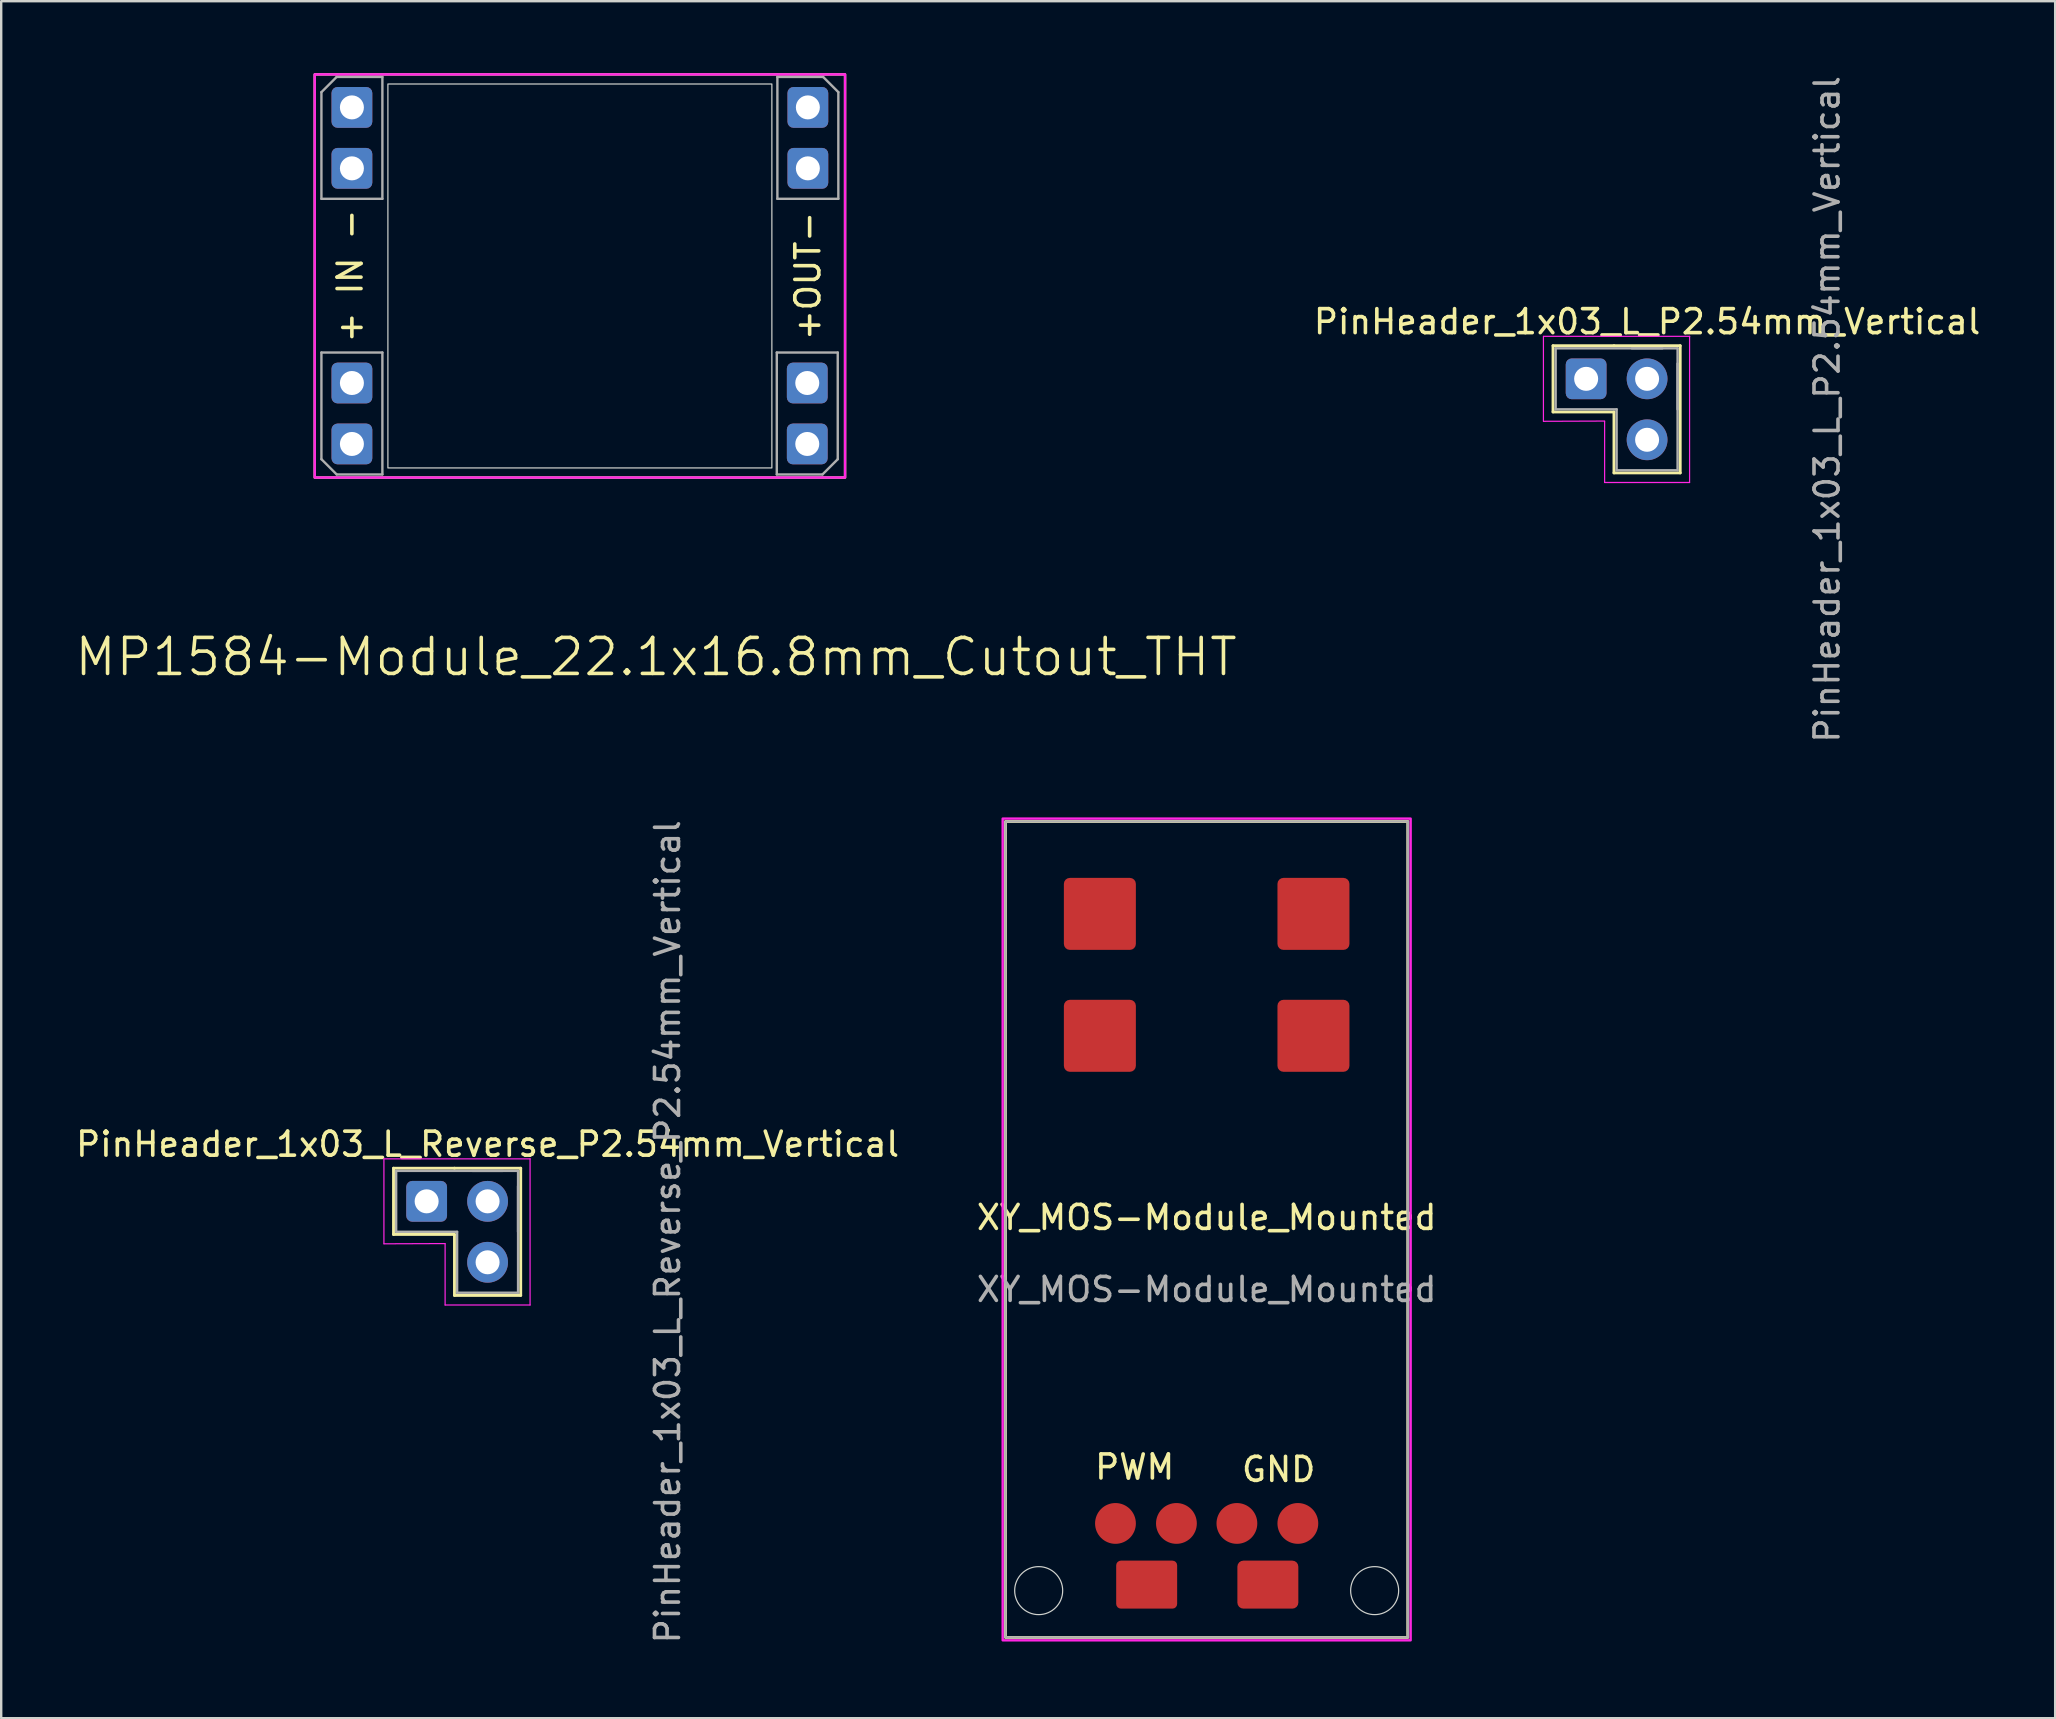
<source format=kicad_pcb>
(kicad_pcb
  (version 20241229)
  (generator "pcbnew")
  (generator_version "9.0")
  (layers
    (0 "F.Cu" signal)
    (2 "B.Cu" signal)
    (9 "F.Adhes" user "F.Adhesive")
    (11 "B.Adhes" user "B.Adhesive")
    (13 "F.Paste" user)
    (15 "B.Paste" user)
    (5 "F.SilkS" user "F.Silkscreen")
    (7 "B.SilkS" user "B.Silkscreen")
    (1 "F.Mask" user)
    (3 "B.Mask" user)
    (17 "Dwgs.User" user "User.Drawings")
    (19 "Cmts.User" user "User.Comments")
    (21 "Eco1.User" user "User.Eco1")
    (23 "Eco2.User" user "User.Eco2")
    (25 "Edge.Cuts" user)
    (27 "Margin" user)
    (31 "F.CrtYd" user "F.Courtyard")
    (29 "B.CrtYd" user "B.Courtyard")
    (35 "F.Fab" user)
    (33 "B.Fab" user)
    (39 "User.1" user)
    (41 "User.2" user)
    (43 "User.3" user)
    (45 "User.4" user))
  (footprint "PinHeader_1x03_L_P2.54mm_Vertical"
    (layer "F.Cu")
    (at 65.585 12.736)
    (property "Reference" "PinHeader_1x03_L_P2.54mm_Vertical" (at 0 -2.38 0) (layer "F.SilkS") (effects (font (size 1 1) (thickness 0.15))))
    (attr through_hole)
    (fp_line (start -3.92 -1.38) (end -3.92 1.38) (stroke (width 0.12) (type solid)) (layer "F.SilkS"))
    (fp_line (start -1.38 -1.38) (end -3.92 -1.38) (stroke (width 0.12) (type solid)) (layer "F.SilkS"))
    (fp_line (start -1.38 -1.38) (end 1.38 -1.38) (stroke (width 0.12) (type solid)) (layer "F.SilkS"))
    (fp_line (start -1.38 1.38) (end -3.92 1.38) (stroke (width 0.12) (type solid)) (layer "F.SilkS"))
    (fp_line (start -1.38 1.38) (end -1.38 3.92) (stroke (width 0.12) (type solid)) (layer "F.SilkS"))
    (fp_line (start -1.38 3.92) (end 1.38 3.92) (stroke (width 0.12) (type solid)) (layer "F.SilkS"))
    (fp_line (start 1.38 -1.38) (end 1.38 3.92) (stroke (width 0.12) (type solid)) (layer "F.SilkS"))
    (fp_line (start -4.32 -1.77) (end -4.32 1.77) (stroke (width 0.05) (type solid)) (layer "F.CrtYd"))
    (fp_line (start -4.315 1.77) (end -1.77 1.76) (stroke (width 0.05) (type solid)) (layer "F.CrtYd"))
    (fp_line (start -1.77 1.77) (end -1.77 4.32) (stroke (width 0.05) (type solid)) (layer "F.CrtYd"))
    (fp_line (start -1.77 4.32) (end 1.77 4.32) (stroke (width 0.05) (type solid)) (layer "F.CrtYd"))
    (fp_line (start 1.77 4.32) (end 1.77 -1.77) (stroke (width 0.05) (type solid)) (layer "F.CrtYd"))
    (fp_line (start 1.775 -1.77) (end -4.315 -1.77) (stroke (width 0.05) (type solid)) (layer "F.CrtYd"))
    (fp_line (start -3.81 -1.27) (end 0.635 -1.27) (stroke (width 0.1) (type solid)) (layer "F.Fab"))
    (fp_line (start -3.81 1.27) (end -3.81 -1.27) (stroke (width 0.1) (type solid)) (layer "F.Fab"))
    (fp_line (start -1.27 1.27) (end -3.81 1.27) (stroke (width 0.1) (type solid)) (layer "F.Fab"))
    (fp_line (start -1.27 3.81) (end -1.27 1.27) (stroke (width 0.1) (type solid)) (layer "F.Fab"))
    (fp_line (start -0.635 -1.27) (end 1.27 -1.27) (stroke (width 0.1) (type solid)) (layer "F.Fab"))
    (fp_line (start 1.27 -1.27) (end 1.27 3.81) (stroke (width 0.1) (type solid)) (layer "F.Fab"))
    (fp_line (start 1.27 -0.635) (end 1.27 1.27) (stroke (width 0.1) (type solid)) (layer "F.Fab"))
    (fp_line (start 1.27 3.81) (end -1.27 3.81) (stroke (width 0.1) (type solid)) (layer "F.Fab"))
    (fp_text user "${REFERENCE}" (at 7.5 1.27 90) (layer "F.Fab") (effects (font (size 1 1) (thickness 0.15))))
    (pad "1" thru_hole circle (at 0 0 270) (size 1.7 1.7) (drill 1) (layers "*.Cu" "*.Mask"))
    (pad "2" thru_hole circle (at 0 2.54) (size 1.7 1.7) (drill 1) (layers "*.Cu" "*.Mask"))
    (pad "3" thru_hole roundrect (at -2.54 0 270) (size 1.7 1.7) (drill 1) (layers "*.Cu" "*.Mask") (roundrect_rratio 0.147)))
  (footprint "XY_MOS-Module_Mounted"
    (layer "F.Cu")
    (at 47.232 48.182)
    (property "Reference" "XY_MOS-Module_Mounted" (at 0 -0.5 0) (unlocked yes) (layer "F.SilkS") (effects (font (size 1 1) (thickness 0.15))))
    (attr smd)
    (fp_rect (start -8.382 -17) (end 8.382 17) (stroke (width 0.12) (type solid)) (fill no) (layer "F.SilkS"))
    (fp_circle (center -7 15.05) (end -6 15.05) (stroke (width 0.05) (type solid)) (fill no) (layer "Edge.Cuts"))
    (fp_circle (center 7 15.05) (end 8 15.05) (stroke (width 0.05) (type solid)) (fill no) (layer "Edge.Cuts"))
    (fp_rect (start -8.5 -17.12) (end 8.5 17.12) (stroke (width 0.1) (type solid)) (fill no) (layer "F.CrtYd"))
    (fp_rect (start -8.382 -17) (end 8.382 17) (stroke (width 0.1) (type solid)) (fill no) (layer "F.Fab"))
    (fp_text user "GND" (at 3 10 0) (unlocked yes) (layer "F.SilkS") (effects (font (size 1 1) (thickness 0.15))))
    (fp_text user "PWM" (at -3 9.9 0) (unlocked yes) (layer "F.SilkS") (effects (font (size 1 1) (thickness 0.15))))
    (fp_text user "${REFERENCE}" (at 0 2.5 0) (unlocked yes) (layer "F.Fab") (effects (font (size 1 1) (thickness 0.15))))
    (pad "1" connect circle (at 1.26 12.25 90) (size 1.7 1.7) (layers "F.Cu" "F.Mask"))
    (pad "1" connect roundrect (at 2.55 14.8) (size 2.54 2) (layers "F.Cu" "F.Mask") (roundrect_rratio 0.125))
    (pad "1" connect circle (at 3.8 12.25 90) (size 1.7 1.7) (layers "F.Cu" "F.Mask"))
    (pad "2" connect circle (at -3.8 12.25 90) (size 1.7 1.7) (layers "F.Cu" "F.Mask"))
    (pad "2" connect roundrect (at -2.5 14.8) (size 2.54 2) (layers "F.Cu" "F.Mask") (roundrect_rratio 0.098))
    (pad "2" connect circle (at -1.26 12.25 90) (size 1.7 1.7) (layers "F.Cu" "F.Mask"))
    (pad "3" connect roundrect (at -4.45 -8.07 90) (size 3 3) (layers "F.Cu" "F.Mask") (roundrect_rratio 0.083))
    (pad "4" connect roundrect (at -4.45 -13.15 90) (size 3 3) (layers "F.Cu" "F.Mask") (roundrect_rratio 0.083))
    (pad "5" connect roundrect (at 4.45 -8.07 90) (size 3 3) (layers "F.Cu" "F.Mask") (roundrect_rratio 0.083))
    (pad "6" connect roundrect (at 4.45 -13.15 90) (size 3 3) (layers "F.Cu" "F.Mask") (roundrect_rratio 0.083))
    (zone (net_name "") (layer "F.Cu") (hatch edge 0.5) (connect_pads) (min_thickness 0.25) (filled_areas_thickness no) (keepout (tracks allowed) (vias allowed) (pads allowed) (copperpour not_allowed) (footprints allowed)) (placement (enabled no)) (fill) (polygon (pts (xy 38.882 37.232) (xy 55.532 37.232) (xy 55.532 31.232) (xy 38.882 31.232))))
    (zone (net_name "") (layer "F.Cu") (hatch edge 0.5) (connect_pads) (min_thickness 0.25) (filled_areas_thickness no) (keepout (tracks allowed) (vias allowed) (pads allowed) (copperpour not_allowed) (footprints allowed)) (placement (enabled no)) (fill) (polygon (pts (xy 38.932 37.882) (xy 46.982 37.882) (xy 46.982 50.132) (xy 38.932 50.132))))
    (zone (net_name "") (layer "F.Cu") (hatch edge 0.5) (connect_pads) (min_thickness 0.25) (filled_areas_thickness no) (keepout (tracks allowed) (vias allowed) (pads allowed) (copperpour not_allowed) (footprints allowed)) (placement (enabled no)) (fill) (polygon (pts (xy 46.982 65.132) (xy 46.982 59.032) (xy 38.882 59.032) (xy 38.882 65.132)))))
  (footprint "PinHeader_1x03_L_Reverse_P2.54mm_Vertical"
    (layer "F.Cu")
    (at 17.268 47.01)
    (property "Reference" "PinHeader_1x03_L_Reverse_P2.54mm_Vertical" (at 0 -2.38 0) (layer "F.SilkS") (effects (font (size 1 1) (thickness 0.15))))
    (attr through_hole)
    (fp_line (start -3.92 -1.38) (end -3.92 1.38) (stroke (width 0.12) (type solid)) (layer "F.SilkS"))
    (fp_line (start -1.38 -1.38) (end -3.92 -1.38) (stroke (width 0.12) (type solid)) (layer "F.SilkS"))
    (fp_line (start -1.38 -1.38) (end 1.38 -1.38) (stroke (width 0.12) (type solid)) (layer "F.SilkS"))
    (fp_line (start -1.38 1.38) (end -3.92 1.38) (stroke (width 0.12) (type solid)) (layer "F.SilkS"))
    (fp_line (start -1.38 1.38) (end -1.38 3.92) (stroke (width 0.12) (type solid)) (layer "F.SilkS"))
    (fp_line (start -1.38 3.92) (end 1.38 3.92) (stroke (width 0.12) (type solid)) (layer "F.SilkS"))
    (fp_line (start 1.38 -1.38) (end 1.38 3.92) (stroke (width 0.12) (type solid)) (layer "F.SilkS"))
    (fp_line (start -4.32 -1.77) (end -4.32 1.77) (stroke (width 0.05) (type solid)) (layer "F.CrtYd"))
    (fp_line (start -4.315 1.77) (end -1.77 1.76) (stroke (width 0.05) (type solid)) (layer "F.CrtYd"))
    (fp_line (start -1.77 1.77) (end -1.77 4.32) (stroke (width 0.05) (type solid)) (layer "F.CrtYd"))
    (fp_line (start -1.77 4.32) (end 1.77 4.32) (stroke (width 0.05) (type solid)) (layer "F.CrtYd"))
    (fp_line (start 1.77 4.32) (end 1.77 -1.77) (stroke (width 0.05) (type solid)) (layer "F.CrtYd"))
    (fp_line (start 1.775 -1.77) (end -4.315 -1.77) (stroke (width 0.05) (type solid)) (layer "F.CrtYd"))
    (fp_line (start -3.81 -1.27) (end 0.635 -1.27) (stroke (width 0.1) (type solid)) (layer "F.Fab"))
    (fp_line (start -3.81 1.27) (end -3.81 -1.27) (stroke (width 0.1) (type solid)) (layer "F.Fab"))
    (fp_line (start -1.27 1.27) (end -3.81 1.27) (stroke (width 0.1) (type solid)) (layer "F.Fab"))
    (fp_line (start -1.27 3.81) (end -1.27 1.27) (stroke (width 0.1) (type solid)) (layer "F.Fab"))
    (fp_line (start -0.635 -1.27) (end 1.27 -1.27) (stroke (width 0.1) (type solid)) (layer "F.Fab"))
    (fp_line (start 1.27 -1.27) (end 1.27 3.81) (stroke (width 0.1) (type solid)) (layer "F.Fab"))
    (fp_line (start 1.27 -0.635) (end 1.27 1.27) (stroke (width 0.1) (type solid)) (layer "F.Fab"))
    (fp_line (start 1.27 3.81) (end -1.27 3.81) (stroke (width 0.1) (type solid)) (layer "F.Fab"))
    (fp_text user "${REFERENCE}" (at 7.5 1.27 90) (layer "F.Fab") (effects (font (size 1 1) (thickness 0.15))))
    (pad "1" thru_hole circle (at 0 0 270) (size 1.7 1.7) (drill 1) (layers "*.Cu" "*.Mask"))
    (pad "2" thru_hole roundrect (at -2.54 0 270) (size 1.7 1.7) (drill 1) (layers "*.Cu" "*.Mask") (roundrect_rratio 0.147))
    (pad "3" thru_hole circle (at 0 2.54) (size 1.7 1.7) (drill 1) (layers "*.Cu" "*.Mask")))
  (footprint "MP1584-Module_22.1x16.8mm_Cutout_THT"
    (layer "F.Cu")
    (at 21.114 8.45)
    (property "Reference" "MP1584-Module_22.1x16.8mm_Cutout_THT" (at 3.175 15.875 0) (layer "F.SilkS") (effects (font (size 1.5 1.5) (thickness 0.15))))
    (attr through_hole)
    (fp_rect (start -11.05 -8.4) (end 11.05 8.4) (stroke (width 0.1) (type solid)) (fill no) (layer "F.SilkS"))
    (fp_rect (start -8 -8) (end 8 8) (stroke (width 0.05) (type solid)) (fill no) (layer "Edge.Cuts"))
    (fp_rect (start -11.05 -8.4) (end 11.05 8.4) (stroke (width 0.1) (type solid)) (fill no) (layer "F.CrtYd"))
    (fp_line (start -10.77 -7.66) (end -10.135 -8.295) (stroke (width 0.1) (type solid)) (layer "F.Fab"))
    (fp_line (start -10.77 -3.215) (end -10.77 -7.66) (stroke (width 0.1) (type solid)) (layer "F.Fab"))
    (fp_line (start -10.77 3.19) (end -10.77 7.635) (stroke (width 0.1) (type solid)) (layer "F.Fab"))
    (fp_line (start -10.77 7.635) (end -10.135 8.27) (stroke (width 0.1) (type solid)) (layer "F.Fab"))
    (fp_line (start -10.135 -8.295) (end -8.23 -8.295) (stroke (width 0.1) (type solid)) (layer "F.Fab"))
    (fp_line (start -10.135 8.27) (end -8.23 8.27) (stroke (width 0.1) (type solid)) (layer "F.Fab"))
    (fp_line (start -8.23 -8.295) (end -8.23 -3.215) (stroke (width 0.1) (type solid)) (layer "F.Fab"))
    (fp_line (start -8.23 -3.215) (end -10.77 -3.215) (stroke (width 0.1) (type solid)) (layer "F.Fab"))
    (fp_line (start -8.23 3.19) (end -10.77 3.19) (stroke (width 0.1) (type solid)) (layer "F.Fab"))
    (fp_line (start -8.23 8.27) (end -8.23 3.19) (stroke (width 0.1) (type solid)) (layer "F.Fab"))
    (fp_line (start 8.205 3.19) (end 10.745 3.19) (stroke (width 0.1) (type solid)) (layer "F.Fab"))
    (fp_line (start 8.205 8.27) (end 8.205 3.19) (stroke (width 0.1) (type solid)) (layer "F.Fab"))
    (fp_line (start 8.23 -8.295) (end 8.23 -3.215) (stroke (width 0.1) (type solid)) (layer "F.Fab"))
    (fp_line (start 8.23 -3.215) (end 10.77 -3.215) (stroke (width 0.1) (type solid)) (layer "F.Fab"))
    (fp_line (start 10.11 8.27) (end 8.205 8.27) (stroke (width 0.1) (type solid)) (layer "F.Fab"))
    (fp_line (start 10.135 -8.295) (end 8.23 -8.295) (stroke (width 0.1) (type solid)) (layer "F.Fab"))
    (fp_line (start 10.745 3.19) (end 10.745 7.635) (stroke (width 0.1) (type solid)) (layer "F.Fab"))
    (fp_line (start 10.745 7.635) (end 10.11 8.27) (stroke (width 0.1) (type solid)) (layer "F.Fab"))
    (fp_line (start 10.77 -7.66) (end 10.135 -8.295) (stroke (width 0.1) (type solid)) (layer "F.Fab"))
    (fp_line (start 10.77 -3.215) (end 10.77 -7.66) (stroke (width 0.1) (type solid)) (layer "F.Fab"))
    (fp_text user "+ IN -" (at -9.575 0 90) (layer "F.SilkS") (effects (font (size 1 1) (thickness 0.15))))
    (fp_text user "+OUT-" (at 9.5 0 90) (layer "F.SilkS") (effects (font (size 1 1) (thickness 0.15))))
    (pad "1" thru_hole roundrect (at -9.5 4.46 180) (size 1.7 1.7) (drill 1) (layers "*.Cu" "*.Mask") (roundrect_rratio 0.147))
    (pad "1" thru_hole roundrect (at -9.5 7 180) (size 1.7 1.7) (drill 1) (layers "*.Cu" "*.Mask") (roundrect_rratio 0.147))
    (pad "2" thru_hole roundrect (at -9.5 -7.025) (size 1.7 1.7) (drill 1) (layers "*.Cu" "*.Mask") (roundrect_rratio 0.147))
    (pad "2" thru_hole roundrect (at -9.5 -4.485) (size 1.7 1.7) (drill 1) (layers "*.Cu" "*.Mask") (roundrect_rratio 0.147))
    (pad "3" thru_hole roundrect (at 9.475 4.46 180) (size 1.7 1.7) (drill 1) (layers "*.Cu" "*.Mask") (roundrect_rratio 0.147))
    (pad "3" thru_hole roundrect (at 9.475 7 180) (size 1.7 1.7) (drill 1) (layers "*.Cu" "*.Mask") (roundrect_rratio 0.147))
    (pad "4" thru_hole roundrect (at 9.5 -7.025) (size 1.7 1.7) (drill 1) (layers "*.Cu" "*.Mask") (roundrect_rratio 0.147))
    (pad "4" thru_hole roundrect (at 9.5 -4.485) (size 1.7 1.7) (drill 1) (layers "*.Cu" "*.Mask") (roundrect_rratio 0.147)))
  (gr_rect
    (start -3 -3)
    (end 82.59 68.548)
    (stroke (width 0.1) (type default))
    (fill no)
    (layer "Edge.Cuts")))
</source>
